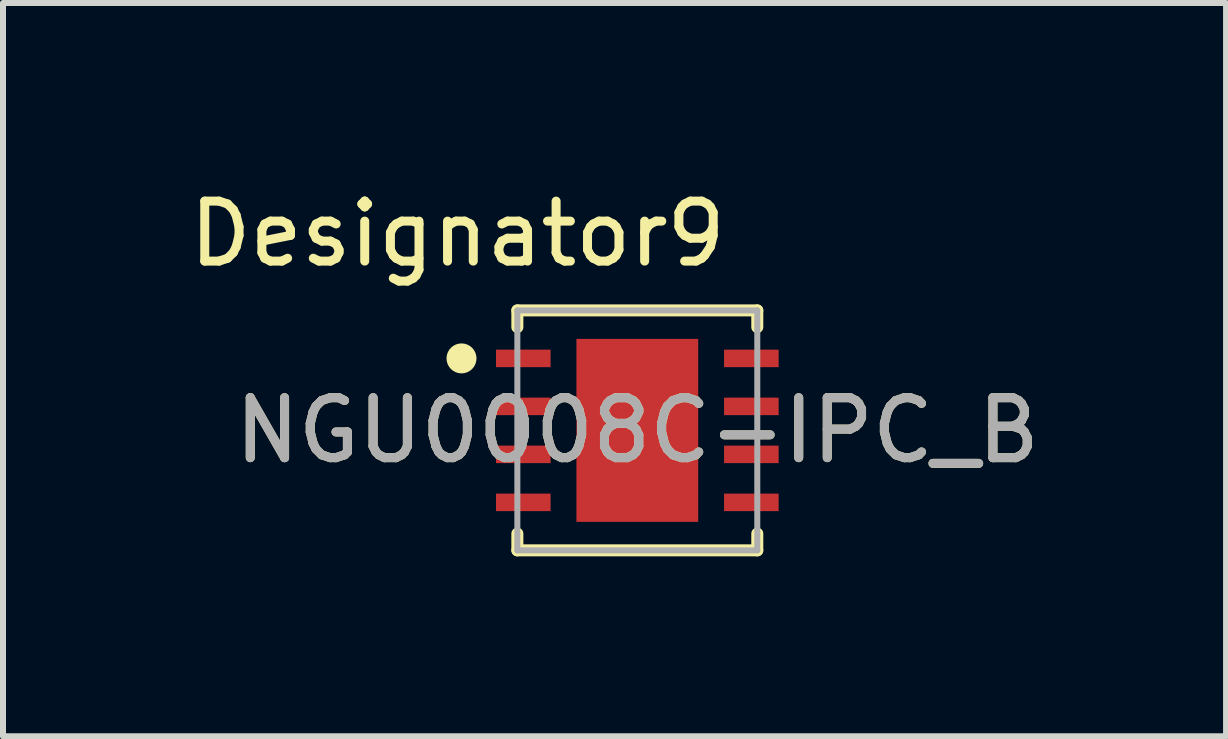
<source format=kicad_pcb>
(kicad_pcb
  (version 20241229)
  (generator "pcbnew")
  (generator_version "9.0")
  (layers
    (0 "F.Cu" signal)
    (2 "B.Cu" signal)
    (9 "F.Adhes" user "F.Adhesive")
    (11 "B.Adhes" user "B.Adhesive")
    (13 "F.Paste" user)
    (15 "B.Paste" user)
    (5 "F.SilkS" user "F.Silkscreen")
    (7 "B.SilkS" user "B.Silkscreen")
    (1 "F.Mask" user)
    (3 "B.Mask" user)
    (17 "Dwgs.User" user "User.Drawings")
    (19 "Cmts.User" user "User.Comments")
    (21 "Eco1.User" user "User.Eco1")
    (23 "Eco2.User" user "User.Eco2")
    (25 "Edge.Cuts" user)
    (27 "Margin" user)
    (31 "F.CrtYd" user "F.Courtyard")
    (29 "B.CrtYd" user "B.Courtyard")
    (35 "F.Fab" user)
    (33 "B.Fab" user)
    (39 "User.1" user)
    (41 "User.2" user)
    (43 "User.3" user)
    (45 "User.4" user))
  (footprint "NGU0008C-IPC_B"
    (layer "F.Cu")
    (at 7.575 4.125)
    (property "Reference" "NGU0008C-IPC_B" (at 0 0 0) (unlocked yes) (layer "F.SilkS") (effects (font (size 1 1) (thickness 0.15))))
    (attr smd)
    (fp_line (start -2 -2) (end 2 -2) (stroke (width 0.2) (type solid)) (layer "F.SilkS"))
    (fp_line (start -2 -1.721) (end -2 -2) (stroke (width 0.2) (type solid)) (layer "F.SilkS"))
    (fp_line (start -2 2) (end -2 1.721) (stroke (width 0.2) (type solid)) (layer "F.SilkS"))
    (fp_line (start -2 2) (end 2 2) (stroke (width 0.2) (type solid)) (layer "F.SilkS"))
    (fp_line (start 2 -1.721) (end 2 -2) (stroke (width 0.2) (type solid)) (layer "F.SilkS"))
    (fp_line (start 2 2) (end 2 1.721) (stroke (width 0.2) (type solid)) (layer "F.SilkS"))
    (fp_circle (center -2.931 -1.2) (end -2.806 -1.2) (stroke (width 0.25) (type solid)) (fill no) (layer "F.SilkS"))
    (fp_poly (pts (xy -0.572 1.082) (xy 0.572 1.082) (xy 0.572 -1.082) (xy -0.572 -1.082)) (stroke (width 0) (type solid)) (fill yes) (layer "F.Paste"))
    (fp_line (start -2 -2) (end 2 -2) (stroke (width 0.1) (type solid)) (layer "F.Fab"))
    (fp_line (start -2 2) (end -2 -2) (stroke (width 0.1) (type solid)) (layer "F.Fab"))
    (fp_line (start -2 2) (end 2 2) (stroke (width 0.1) (type solid)) (layer "F.Fab"))
    (fp_line (start 2 2) (end 2 -2) (stroke (width 0.1) (type solid)) (layer "F.Fab"))
    (fp_text user "Designator9" (at -2.997 -3.277 0) (unlocked yes) (layer "F.SilkS") (effects (font (size 1 1) (thickness 0.15))))
    (fp_text user "${REFERENCE}" (at 0 0 0) (unlocked yes) (layer "F.Fab") (effects (font (size 1 1) (thickness 0.15))))
    (pad "1" smd rect (at -1.901 -1.2) (size 0.91 0.292) (layers "F.Cu" "F.Mask" "F.Paste"))
    (pad "2" smd rect (at -1.901 -0.4) (size 0.91 0.292) (layers "F.Cu" "F.Mask" "F.Paste"))
    (pad "3" smd rect (at -1.901 0.4) (size 0.91 0.292) (layers "F.Cu" "F.Mask" "F.Paste"))
    (pad "4" smd rect (at -1.901 1.2) (size 0.91 0.292) (layers "F.Cu" "F.Mask" "F.Paste"))
    (pad "5" smd rect (at 1.901 1.2) (size 0.91 0.292) (layers "F.Cu" "F.Mask" "F.Paste"))
    (pad "6" smd rect (at 1.901 0.4) (size 0.91 0.292) (layers "F.Cu" "F.Mask" "F.Paste"))
    (pad "7" smd rect (at 1.901 -0.4) (size 0.91 0.292) (layers "F.Cu" "F.Mask" "F.Paste"))
    (pad "8" smd rect (at 1.901 -1.2) (size 0.91 0.292) (layers "F.Cu" "F.Mask" "F.Paste"))
    (pad "9" smd rect (at 0 0) (size 2.03 3.05) (layers "F.Cu" "F.Mask")))
  (gr_rect
    (start -3 -3)
    (end 17.39 9.225)
    (stroke (width 0.1) (type default))
    (fill no)
    (layer "Edge.Cuts")))
</source>
